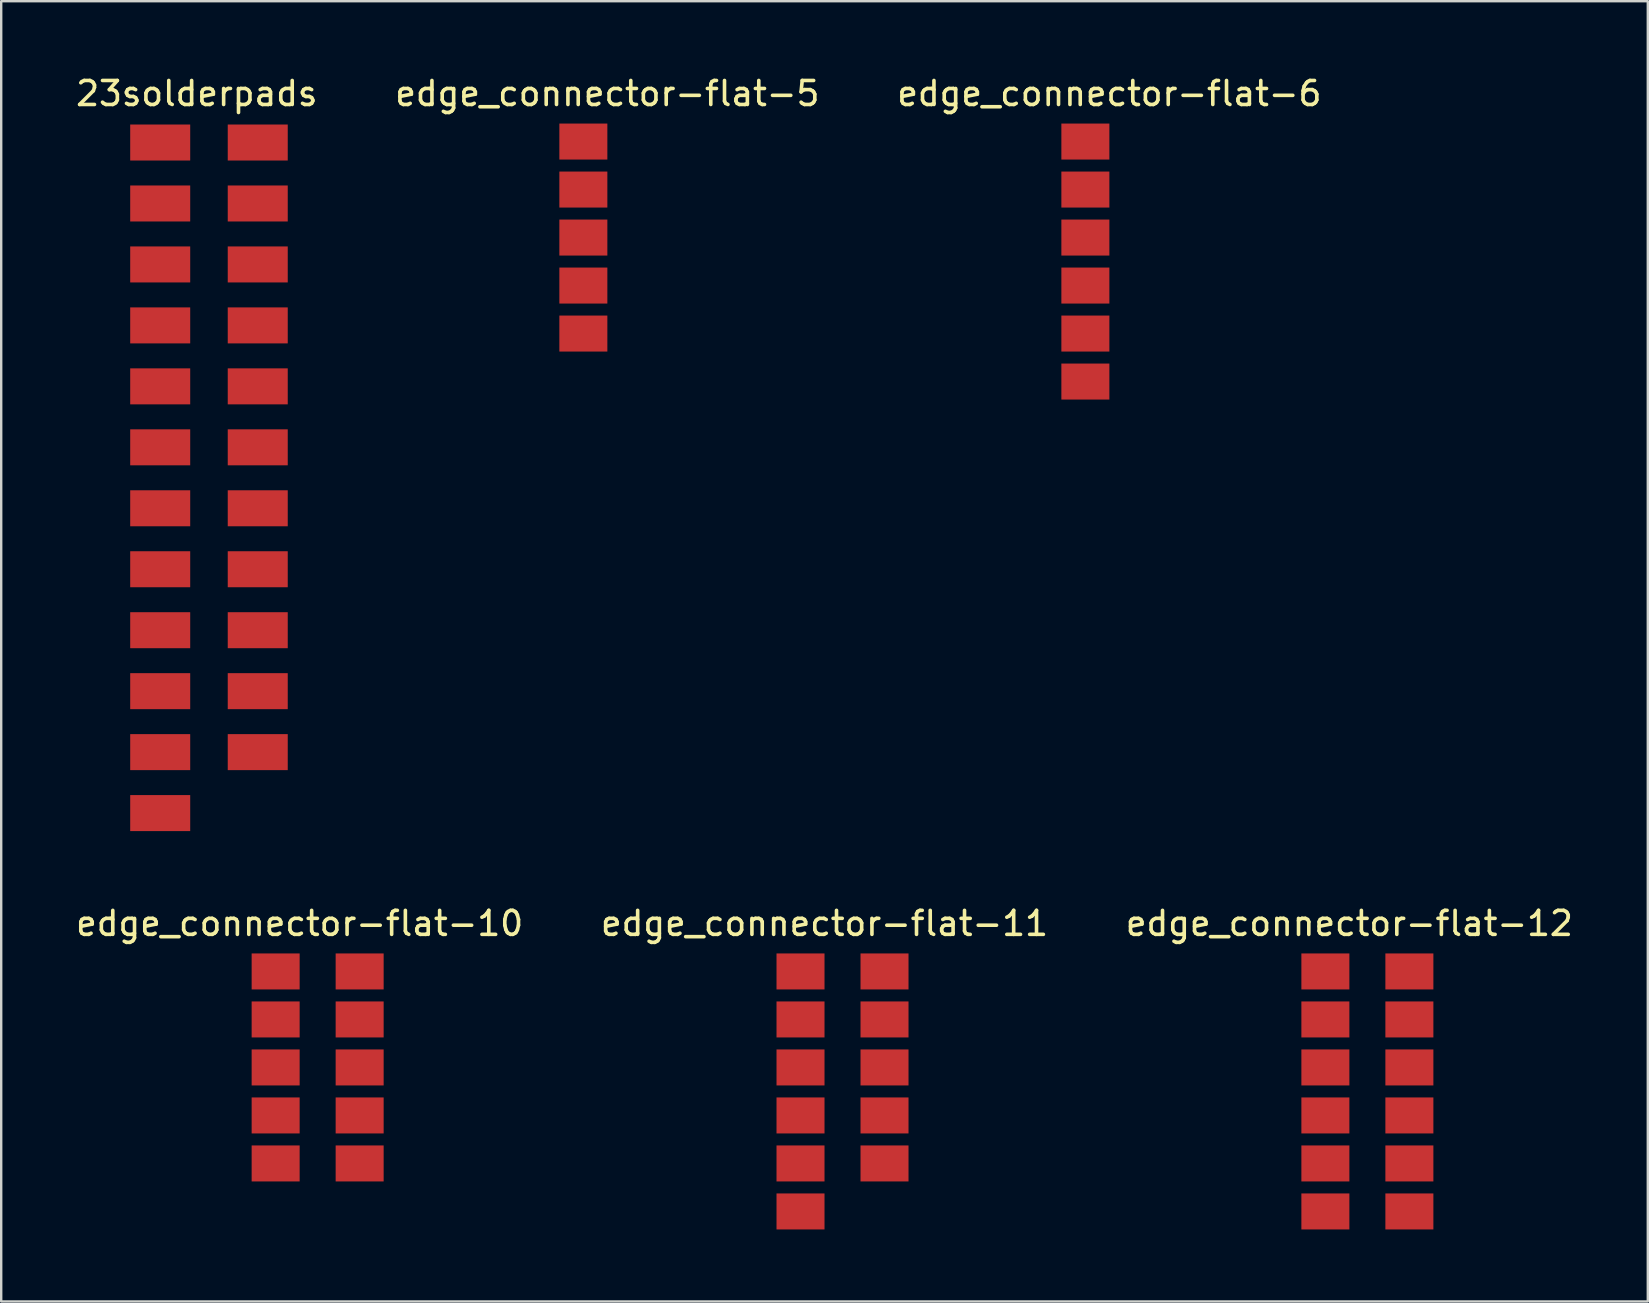
<source format=kicad_pcb>
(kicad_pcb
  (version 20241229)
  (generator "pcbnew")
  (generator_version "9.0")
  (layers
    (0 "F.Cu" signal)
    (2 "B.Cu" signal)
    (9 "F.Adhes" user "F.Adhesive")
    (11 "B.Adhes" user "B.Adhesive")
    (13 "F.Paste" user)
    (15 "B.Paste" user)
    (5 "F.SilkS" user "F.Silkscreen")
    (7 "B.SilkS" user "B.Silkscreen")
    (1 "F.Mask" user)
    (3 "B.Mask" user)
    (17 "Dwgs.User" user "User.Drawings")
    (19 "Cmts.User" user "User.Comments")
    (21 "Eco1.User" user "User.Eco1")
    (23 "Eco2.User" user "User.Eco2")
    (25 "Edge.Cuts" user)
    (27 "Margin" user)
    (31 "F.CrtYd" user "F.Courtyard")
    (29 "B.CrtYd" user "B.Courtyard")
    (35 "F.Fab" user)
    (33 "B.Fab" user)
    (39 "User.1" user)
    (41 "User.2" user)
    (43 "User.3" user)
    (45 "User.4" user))
  (footprint "edge_connector-flat-11"
    (layer "F.Cu")
    (at 31.304 34.926)
    (property "Reference" "edge_connector-flat-11" (at 0 0.5 0) (layer "F.SilkS") (effects (font (size 1 1) (thickness 0.15))))
    (attr through_hole)
    (pad "1" smd rect (at -1 2.5) (size 2 1.5) (layers "F.Cu" "F.Mask" "F.Paste"))
    (pad "2" smd rect (at -1 4.5) (size 2 1.5) (layers "F.Cu" "F.Mask" "F.Paste"))
    (pad "3" smd rect (at -1 6.5) (size 2 1.5) (layers "F.Cu" "F.Mask" "F.Paste"))
    (pad "4" smd rect (at -1 8.5) (size 2 1.5) (layers "F.Cu" "F.Mask" "F.Paste"))
    (pad "5" smd rect (at -1 10.5) (size 2 1.5) (layers "F.Cu" "F.Mask" "F.Paste"))
    (pad "6" smd rect (at -1 12.5) (size 2 1.5) (layers "F.Cu" "F.Mask" "F.Paste"))
    (pad "7" smd rect (at 2.5 2.5) (size 2 1.5) (layers "F.Cu" "F.Mask" "F.Paste"))
    (pad "8" smd rect (at 2.5 4.5) (size 2 1.5) (layers "F.Cu" "F.Mask" "F.Paste"))
    (pad "9" smd rect (at 2.5 6.5) (size 2 1.5) (layers "F.Cu" "F.Mask" "F.Paste"))
    (pad "10" smd rect (at 2.5 8.5) (size 2 1.5) (layers "F.Cu" "F.Mask" "F.Paste"))
    (pad "11" smd rect (at 2.5 10.5) (size 2 1.5) (layers "F.Cu" "F.Mask" "F.Paste")))
  (footprint "edge_connector-flat-6"
    (layer "F.Cu")
    (at 43.173 0.348)
    (property "Reference" "edge_connector-flat-6" (at 0 0.5 0) (layer "F.SilkS") (effects (font (size 1 1) (thickness 0.15))))
    (attr through_hole)
    (pad "1" smd rect (at -1 2.5) (size 2 1.5) (layers "F.Cu" "F.Mask" "F.Paste"))
    (pad "2" smd rect (at -1 4.5) (size 2 1.5) (layers "F.Cu" "F.Mask" "F.Paste"))
    (pad "3" smd rect (at -1 6.5) (size 2 1.5) (layers "F.Cu" "F.Mask" "F.Paste"))
    (pad "4" smd rect (at -1 8.5) (size 2 1.5) (layers "F.Cu" "F.Mask" "F.Paste"))
    (pad "5" smd rect (at -1 10.5) (size 2 1.5) (layers "F.Cu" "F.Mask" "F.Paste"))
    (pad "6" smd rect (at -1 12.5) (size 2 1.5) (layers "F.Cu" "F.Mask" "F.Paste")))
  (footprint "23solderpads"
    (layer "F.Cu")
    (at 4.895 0.348)
    (property "Reference" "23solderpads" (at 0.254 0.5 0) (layer "F.SilkS") (effects (font (size 1 1) (thickness 0.15))))
    (attr through_hole)
    (pad "1" smd rect (at -1.27 2.54) (size 2.5 1.5) (layers "F.Cu" "F.Mask" "F.Paste"))
    (pad "2" smd rect (at -1.27 5.08) (size 2.5 1.5) (layers "F.Cu" "F.Mask" "F.Paste"))
    (pad "3" smd rect (at -1.27 7.62) (size 2.5 1.5) (layers "F.Cu" "F.Mask" "F.Paste"))
    (pad "4" smd rect (at -1.27 10.16) (size 2.5 1.5) (layers "F.Cu" "F.Mask" "F.Paste"))
    (pad "5" smd rect (at -1.27 12.7) (size 2.5 1.5) (layers "F.Cu" "F.Mask" "F.Paste"))
    (pad "6" smd rect (at -1.27 15.24) (size 2.5 1.5) (layers "F.Cu" "F.Mask" "F.Paste"))
    (pad "7" smd rect (at -1.27 17.78) (size 2.5 1.5) (layers "F.Cu" "F.Mask" "F.Paste"))
    (pad "8" smd rect (at -1.27 20.32) (size 2.5 1.5) (layers "F.Cu" "F.Mask" "F.Paste"))
    (pad "9" smd rect (at -1.27 22.86) (size 2.5 1.5) (layers "F.Cu" "F.Mask" "F.Paste"))
    (pad "10" smd rect (at -1.27 25.4) (size 2.5 1.5) (layers "F.Cu" "F.Mask" "F.Paste"))
    (pad "11" smd rect (at -1.27 27.94) (size 2.5 1.5) (layers "F.Cu" "F.Mask" "F.Paste"))
    (pad "12" smd rect (at -1.27 30.48) (size 2.5 1.5) (layers "F.Cu" "F.Mask" "F.Paste"))
    (pad "13" smd rect (at 2.794 2.54) (size 2.5 1.5) (layers "F.Cu" "F.Mask" "F.Paste"))
    (pad "14" smd rect (at 2.794 5.08) (size 2.5 1.5) (layers "F.Cu" "F.Mask" "F.Paste"))
    (pad "15" smd rect (at 2.794 7.62) (size 2.5 1.5) (layers "F.Cu" "F.Mask" "F.Paste"))
    (pad "16" smd rect (at 2.794 10.16) (size 2.5 1.5) (layers "F.Cu" "F.Mask" "F.Paste"))
    (pad "17" smd rect (at 2.794 12.7) (size 2.5 1.5) (layers "F.Cu" "F.Mask" "F.Paste"))
    (pad "18" smd rect (at 2.794 15.24) (size 2.5 1.5) (layers "F.Cu" "F.Mask" "F.Paste"))
    (pad "19" smd rect (at 2.794 17.78) (size 2.5 1.5) (layers "F.Cu" "F.Mask" "F.Paste"))
    (pad "20" smd rect (at 2.794 20.32) (size 2.5 1.5) (layers "F.Cu" "F.Mask" "F.Paste"))
    (pad "21" smd rect (at 2.794 22.86) (size 2.5 1.5) (layers "F.Cu" "F.Mask" "F.Paste"))
    (pad "22" smd rect (at 2.794 25.4) (size 2.5 1.5) (layers "F.Cu" "F.Mask" "F.Paste"))
    (pad "23" smd rect (at 2.794 27.94) (size 2.5 1.5) (layers "F.Cu" "F.Mask" "F.Paste")))
  (footprint "edge_connector-flat-12"
    (layer "F.Cu")
    (at 53.173 34.926)
    (property "Reference" "edge_connector-flat-12" (at 0 0.5 0) (layer "F.SilkS") (effects (font (size 1 1) (thickness 0.15))))
    (attr through_hole)
    (pad "1" smd rect (at -1 2.5) (size 2 1.5) (layers "F.Cu" "F.Mask" "F.Paste"))
    (pad "2" smd rect (at -1 4.5) (size 2 1.5) (layers "F.Cu" "F.Mask" "F.Paste"))
    (pad "3" smd rect (at -1 6.5) (size 2 1.5) (layers "F.Cu" "F.Mask" "F.Paste"))
    (pad "4" smd rect (at -1 8.5) (size 2 1.5) (layers "F.Cu" "F.Mask" "F.Paste"))
    (pad "5" smd rect (at -1 10.5) (size 2 1.5) (layers "F.Cu" "F.Mask" "F.Paste"))
    (pad "6" smd rect (at -1 12.5) (size 2 1.5) (layers "F.Cu" "F.Mask" "F.Paste"))
    (pad "7" smd rect (at 2.5 2.5) (size 2 1.5) (layers "F.Cu" "F.Mask" "F.Paste"))
    (pad "8" smd rect (at 2.5 4.5) (size 2 1.5) (layers "F.Cu" "F.Mask" "F.Paste"))
    (pad "9" smd rect (at 2.5 6.5) (size 2 1.5) (layers "F.Cu" "F.Mask" "F.Paste"))
    (pad "10" smd rect (at 2.5 8.5) (size 2 1.5) (layers "F.Cu" "F.Mask" "F.Paste"))
    (pad "11" smd rect (at 2.5 10.5) (size 2 1.5) (layers "F.Cu" "F.Mask" "F.Paste"))
    (pad "12" smd rect (at 2.5 12.5) (size 2 1.5) (layers "F.Cu" "F.Mask" "F.Paste")))
  (footprint "edge_connector-flat-10"
    (layer "F.Cu")
    (at 9.435 34.926)
    (property "Reference" "edge_connector-flat-10" (at 0 0.5 0) (layer "F.SilkS") (effects (font (size 1 1) (thickness 0.15))))
    (attr through_hole)
    (pad "1" smd rect (at -1 2.5) (size 2 1.5) (layers "F.Cu" "F.Mask" "F.Paste"))
    (pad "2" smd rect (at -1 4.5) (size 2 1.5) (layers "F.Cu" "F.Mask" "F.Paste"))
    (pad "3" smd rect (at -1 6.5) (size 2 1.5) (layers "F.Cu" "F.Mask" "F.Paste"))
    (pad "4" smd rect (at -1 8.5) (size 2 1.5) (layers "F.Cu" "F.Mask" "F.Paste"))
    (pad "5" smd rect (at -1 10.5) (size 2 1.5) (layers "F.Cu" "F.Mask" "F.Paste"))
    (pad "6" smd rect (at 2.5 2.5) (size 2 1.5) (layers "F.Cu" "F.Mask" "F.Paste"))
    (pad "7" smd rect (at 2.5 4.5) (size 2 1.5) (layers "F.Cu" "F.Mask" "F.Paste"))
    (pad "8" smd rect (at 2.5 6.5) (size 2 1.5) (layers "F.Cu" "F.Mask" "F.Paste"))
    (pad "9" smd rect (at 2.5 8.5) (size 2 1.5) (layers "F.Cu" "F.Mask" "F.Paste"))
    (pad "10" smd rect (at 2.5 10.5) (size 2 1.5) (layers "F.Cu" "F.Mask" "F.Paste")))
  (footprint "edge_connector-flat-5"
    (layer "F.Cu")
    (at 22.256 0.348)
    (property "Reference" "edge_connector-flat-5" (at 0 0.5 0) (layer "F.SilkS") (effects (font (size 1 1) (thickness 0.15))))
    (attr through_hole)
    (pad "1" smd rect (at -1 2.5) (size 2 1.5) (layers "F.Cu" "F.Mask" "F.Paste"))
    (pad "2" smd rect (at -1 4.5) (size 2 1.5) (layers "F.Cu" "F.Mask" "F.Paste"))
    (pad "3" smd rect (at -1 6.5) (size 2 1.5) (layers "F.Cu" "F.Mask" "F.Paste"))
    (pad "4" smd rect (at -1 8.5) (size 2 1.5) (layers "F.Cu" "F.Mask" "F.Paste"))
    (pad "5" smd rect (at -1 10.5) (size 2 1.5) (layers "F.Cu" "F.Mask" "F.Paste")))
  (gr_rect
    (start -3 -3)
    (end 65.607 51.176)
    (stroke (width 0.1) (type default))
    (fill no)
    (layer "Edge.Cuts")))
</source>
